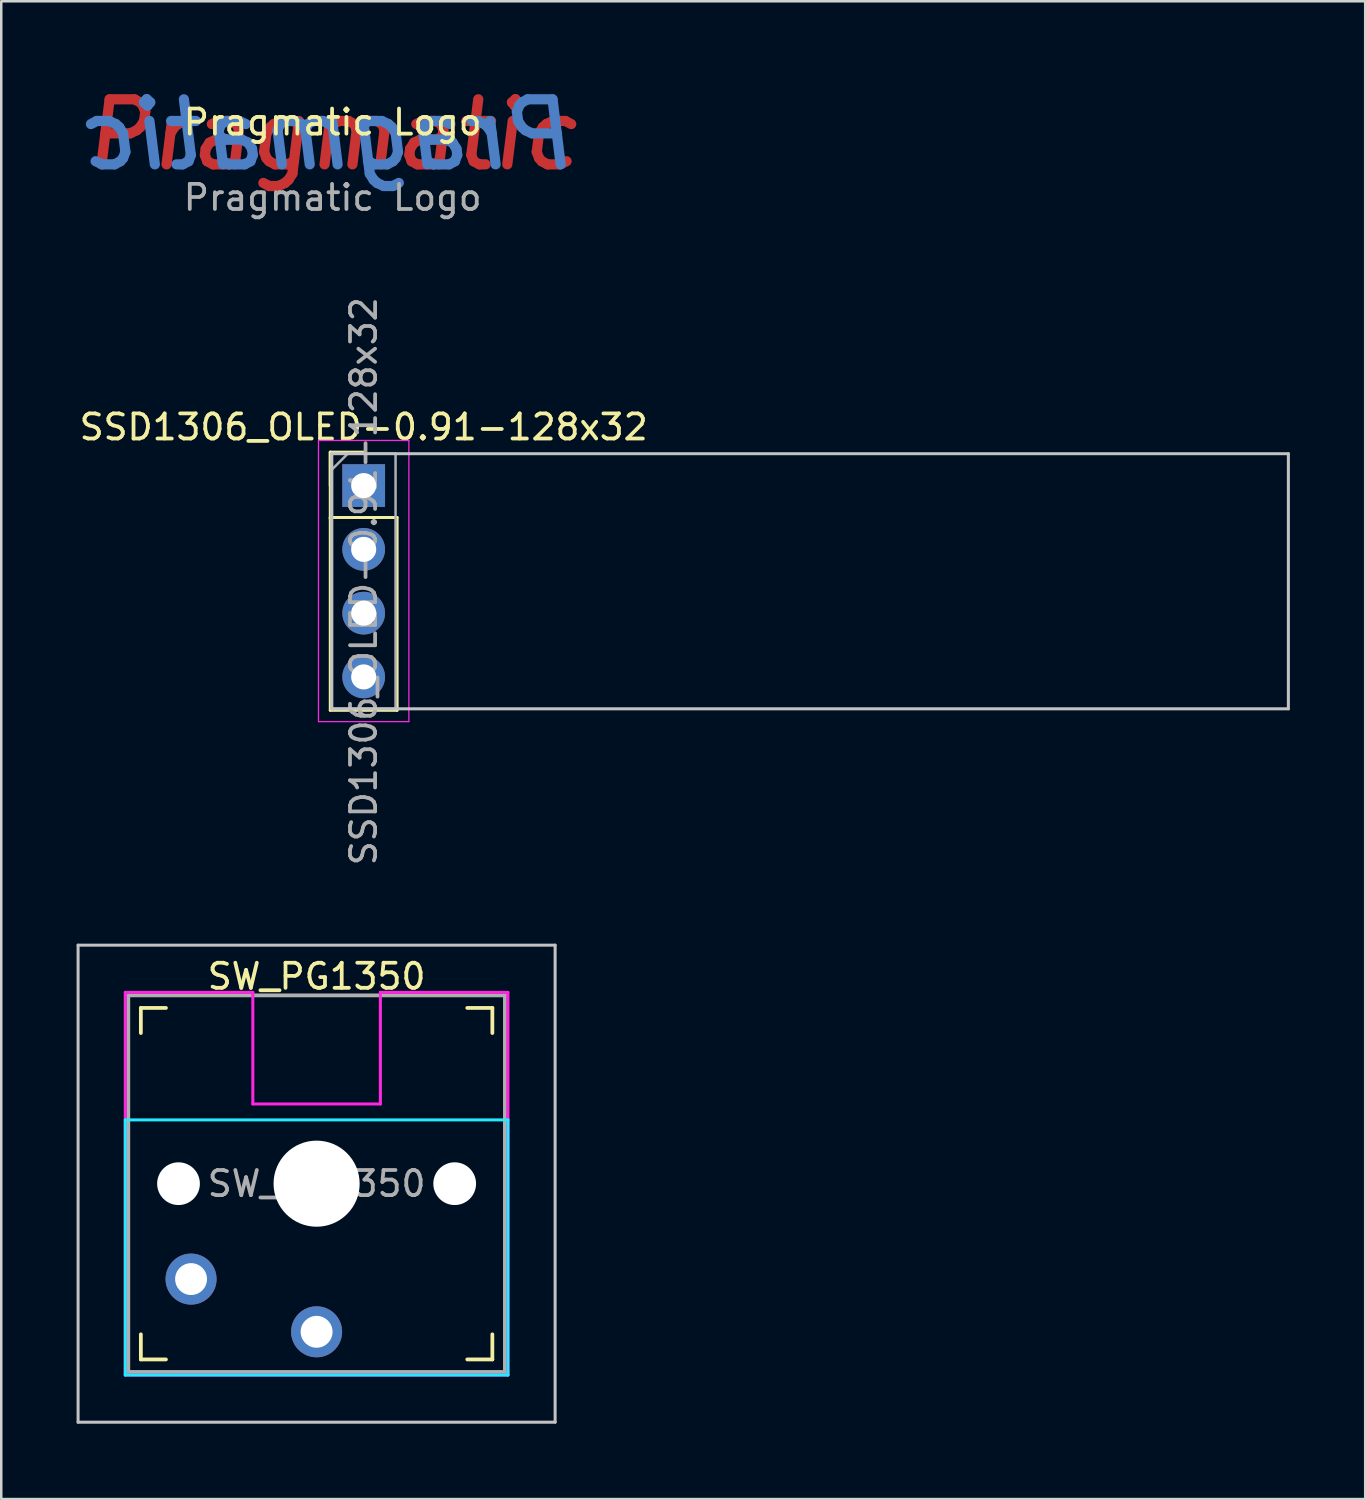
<source format=kicad_pcb>
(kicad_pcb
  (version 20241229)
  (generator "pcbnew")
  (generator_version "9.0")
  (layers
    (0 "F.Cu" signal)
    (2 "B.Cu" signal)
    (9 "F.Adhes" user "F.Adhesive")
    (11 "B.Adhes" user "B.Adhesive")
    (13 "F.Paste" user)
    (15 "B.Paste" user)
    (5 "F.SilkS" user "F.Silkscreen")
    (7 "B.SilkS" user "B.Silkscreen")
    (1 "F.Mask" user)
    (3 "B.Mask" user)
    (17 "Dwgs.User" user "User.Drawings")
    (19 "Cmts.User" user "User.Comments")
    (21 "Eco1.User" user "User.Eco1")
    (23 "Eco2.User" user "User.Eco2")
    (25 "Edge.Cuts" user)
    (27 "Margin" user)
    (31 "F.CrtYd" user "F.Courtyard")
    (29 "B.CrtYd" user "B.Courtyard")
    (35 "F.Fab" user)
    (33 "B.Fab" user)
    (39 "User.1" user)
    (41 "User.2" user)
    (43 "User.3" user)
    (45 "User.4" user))
  (footprint "SSD1306_OLED-0.91-128x32"
    (layer "F.Cu")
    (at 11.435 16.291)
    (property "Reference" "SSD1306_OLED-0.91-128x32" (at 0 -2.33 0) (layer "F.SilkS") (effects (font (size 1 1) (thickness 0.15))))
    (attr through_hole)
    (fp_line (start -1.33 -1.33) (end -1.33 1.33) (stroke (width 0.12) (type solid)) (layer "F.SilkS"))
    (fp_line (start -1.33 -1.33) (end 0 -1.33) (stroke (width 0.12) (type solid)) (layer "F.SilkS"))
    (fp_line (start -1.33 0) (end -1.33 -1.33) (stroke (width 0.12) (type solid)) (layer "F.SilkS"))
    (fp_line (start -1.33 1.27) (end -1.33 8.95) (stroke (width 0.12) (type solid)) (layer "F.SilkS"))
    (fp_line (start -1.33 1.27) (end 1.33 1.27) (stroke (width 0.12) (type solid)) (layer "F.SilkS"))
    (fp_line (start -1.33 8.95) (end 1.33 8.95) (stroke (width 0.12) (type solid)) (layer "F.SilkS"))
    (fp_line (start 1.33 1.27) (end 1.33 8.95) (stroke (width 0.12) (type solid)) (layer "F.SilkS"))
    (fp_line (start -1.27 8.89) (end -1.27 -1.27) (stroke (width 0.12) (type solid)) (layer "Dwgs.User"))
    (fp_line (start 36.83 -1.27) (end -1.27 -1.27) (stroke (width 0.12) (type solid)) (layer "Dwgs.User"))
    (fp_line (start 36.83 -1.27) (end 36.83 8.89) (stroke (width 0.12) (type solid)) (layer "Dwgs.User"))
    (fp_line (start 36.83 8.89) (end -1.27 8.89) (stroke (width 0.12) (type solid)) (layer "Dwgs.User"))
    (fp_line (start -1.8 -1.8) (end -1.8 9.4) (stroke (width 0.05) (type solid)) (layer "F.CrtYd"))
    (fp_line (start -1.8 9.4) (end 1.8 9.4) (stroke (width 0.05) (type solid)) (layer "F.CrtYd"))
    (fp_line (start 1.8 -1.8) (end -1.8 -1.8) (stroke (width 0.05) (type solid)) (layer "F.CrtYd"))
    (fp_line (start 1.8 9.4) (end 1.8 -1.8) (stroke (width 0.05) (type solid)) (layer "F.CrtYd"))
    (fp_line (start -1.27 -0.635) (end -0.635 -1.27) (stroke (width 0.1) (type solid)) (layer "F.Fab"))
    (fp_line (start -1.27 1.27) (end -1.27 -1.27) (stroke (width 0.1) (type solid)) (layer "F.Fab"))
    (fp_line (start -1.27 8.89) (end -1.27 -0.635) (stroke (width 0.1) (type solid)) (layer "F.Fab"))
    (fp_line (start -0.635 -1.27) (end 1.27 -1.27) (stroke (width 0.1) (type solid)) (layer "F.Fab"))
    (fp_line (start 1.27 -1.27) (end 1.27 8.89) (stroke (width 0.1) (type solid)) (layer "F.Fab"))
    (fp_line (start 1.27 8.89) (end -1.27 8.89) (stroke (width 0.1) (type solid)) (layer "F.Fab"))
    (fp_text user "${REFERENCE}" (at 0 3.81 90) (layer "F.Fab") (effects (font (size 1 1) (thickness 0.15))))
    (pad "1" thru_hole rect (at 0 0) (size 1.7 1.7) (drill 1) (layers "*.Cu" "*.Mask"))
    (pad "2" thru_hole oval (at 0 2.54) (size 1.7 1.7) (drill 1) (layers "*.Cu" "*.Mask"))
    (pad "3" thru_hole oval (at 0 5.08) (size 1.7 1.7) (drill 1) (layers "*.Cu" "*.Mask"))
    (pad "4" thru_hole oval (at 0 7.62) (size 1.7 1.7) (drill 1) (layers "*.Cu" "*.Mask")))
  (footprint "SW_PG1350"
    (layer "F.Cu")
    (at 9.56 44.095)
    (property "Reference" "SW_PG1350" (at 0 -8.255 0) (layer "F.SilkS") (effects (font (size 1 1) (thickness 0.15))))
    (attr through_hole)
    (fp_line (start -7 -6) (end -7 -7) (stroke (width 0.15) (type solid)) (layer "F.SilkS"))
    (fp_line (start -7 7) (end -7 6) (stroke (width 0.15) (type solid)) (layer "F.SilkS"))
    (fp_line (start -7 7) (end -6 7) (stroke (width 0.15) (type solid)) (layer "F.SilkS"))
    (fp_line (start -6 -7) (end -7 -7) (stroke (width 0.15) (type solid)) (layer "F.SilkS"))
    (fp_line (start 6 7) (end 7 7) (stroke (width 0.15) (type solid)) (layer "F.SilkS"))
    (fp_line (start 7 -7) (end 6 -7) (stroke (width 0.15) (type solid)) (layer "F.SilkS"))
    (fp_line (start 7 -7) (end 7 -6) (stroke (width 0.15) (type solid)) (layer "F.SilkS"))
    (fp_line (start 7 6) (end 7 7) (stroke (width 0.15) (type solid)) (layer "F.SilkS"))
    (fp_line (start -9.5 -9.5) (end 9.5 -9.5) (stroke (width 0.12) (type solid)) (layer "Dwgs.User"))
    (fp_line (start -9.5 9.5) (end -9.5 -9.5) (stroke (width 0.12) (type solid)) (layer "Dwgs.User"))
    (fp_line (start 9.5 -9.5) (end 9.5 9.5) (stroke (width 0.12) (type solid)) (layer "Dwgs.User"))
    (fp_line (start 9.5 9.5) (end -9.5 9.5) (stroke (width 0.12) (type solid)) (layer "Dwgs.User"))
    (fp_line (start -6.9 6.9) (end -6.9 -6.9) (stroke (width 0.15) (type solid)) (layer "Eco2.User"))
    (fp_line (start -6.9 6.9) (end 6.9 6.9) (stroke (width 0.15) (type solid)) (layer "Eco2.User"))
    (fp_line (start -2.6 -3.1) (end -2.6 -6.3) (stroke (width 0.15) (type solid)) (layer "Eco2.User"))
    (fp_line (start -2.6 -3.1) (end 2.6 -3.1) (stroke (width 0.15) (type solid)) (layer "Eco2.User"))
    (fp_line (start 2.6 -6.3) (end -2.6 -6.3) (stroke (width 0.15) (type solid)) (layer "Eco2.User"))
    (fp_line (start 2.6 -3.1) (end 2.6 -6.3) (stroke (width 0.15) (type solid)) (layer "Eco2.User"))
    (fp_line (start 6.9 -6.9) (end -6.9 -6.9) (stroke (width 0.15) (type solid)) (layer "Eco2.User"))
    (fp_line (start 6.9 -6.9) (end 6.9 6.9) (stroke (width 0.15) (type solid)) (layer "Eco2.User"))
    (fp_line (start -7.62 -2.54) (end 7.62 -2.54) (stroke (width 0.12) (type solid)) (layer "B.CrtYd"))
    (fp_line (start -7.62 7.62) (end -7.62 -2.54) (stroke (width 0.12) (type solid)) (layer "B.CrtYd"))
    (fp_line (start 7.62 -2.54) (end 7.62 7.62) (stroke (width 0.12) (type solid)) (layer "B.CrtYd"))
    (fp_line (start 7.62 7.62) (end -7.62 7.62) (stroke (width 0.12) (type solid)) (layer "B.CrtYd"))
    (fp_line (start -7.62 7.62) (end -7.62 -7.62) (stroke (width 0.12) (type solid)) (layer "F.CrtYd"))
    (fp_line (start -2.54 -7.62) (end -7.62 -7.62) (stroke (width 0.12) (type solid)) (layer "F.CrtYd"))
    (fp_line (start -2.54 -3.175) (end -2.54 -7.62) (stroke (width 0.12) (type solid)) (layer "F.CrtYd"))
    (fp_line (start 2.54 -7.62) (end 2.54 -3.175) (stroke (width 0.12) (type solid)) (layer "F.CrtYd"))
    (fp_line (start 2.54 -3.175) (end -2.54 -3.175) (stroke (width 0.12) (type solid)) (layer "F.CrtYd"))
    (fp_line (start 7.62 -7.62) (end 2.54 -7.62) (stroke (width 0.12) (type solid)) (layer "F.CrtYd"))
    (fp_line (start 7.62 -7.62) (end 7.62 7.62) (stroke (width 0.12) (type solid)) (layer "F.CrtYd"))
    (fp_line (start 7.62 7.62) (end -7.62 7.62) (stroke (width 0.12) (type solid)) (layer "F.CrtYd"))
    (fp_line (start -7.5 -7.5) (end 7.5 -7.5) (stroke (width 0.15) (type solid)) (layer "F.Fab"))
    (fp_line (start -7.5 7.5) (end -7.5 -7.5) (stroke (width 0.15) (type solid)) (layer "F.Fab"))
    (fp_line (start 7.5 -7.5) (end 7.5 7.5) (stroke (width 0.15) (type solid)) (layer "F.Fab"))
    (fp_line (start 7.5 7.5) (end -7.5 7.5) (stroke (width 0.15) (type solid)) (layer "F.Fab"))
    (fp_text user "${REFERENCE}" (at 0 0 0) (layer "F.Fab") (effects (font (size 1 1) (thickness 0.15))))
    (pad "" np_thru_hole circle (at -5.5 0) (size 1.702 1.702) (drill 1.702) (layers "*.Cu" "*.Mask"))
    (pad "" np_thru_hole circle (at 0 0) (size 3.429 3.429) (drill 3.429) (layers "*.Cu" "*.Mask"))
    (pad "" np_thru_hole circle (at 5.5 0) (size 1.702 1.702) (drill 1.702) (layers "*.Cu" "*.Mask"))
    (pad "1" thru_hole circle (at 0 5.9) (size 2.032 2.032) (drill 1.27) (layers "*.Cu" "*.Mask"))
    (pad "2" thru_hole circle (at -5 3.8) (size 2.032 2.032) (drill 1.27) (layers "*.Cu" "*.Mask")))
  (footprint "Pragmatic Logo"
    (layer "F.Cu")
    (at 10.2 2.318)
    (property "Reference" "Pragmatic Logo" (at 0 -0.5 0) (unlocked yes) (layer "F.SilkS") (effects (font (size 1 1) (thickness 0.15))))
    (fp_text user "Pragmatic" (at 0 0 0) (layer "F.Cu") (effects (font (size 2.591 2.591) (thickness 0.406) (italic yes))))
    (fp_text user "Pragmatic" (at 0 0 0) (layer "F.Mask") (effects (font (size 2.591 2.591) (thickness 0.457) (italic yes))))
    (fp_text user "Pragmatic" (at -0.127 0 0) (layer "B.Cu") (effects (font (size 2.591 2.591) (thickness 0.406) (italic yes)) (justify mirror)))
    (fp_text user "Pragmatic" (at -0.127 0 0) (layer "B.Mask") (effects (font (size 2.591 2.591) (thickness 0.457) (italic yes)) (justify mirror)))
    (fp_text user "${REFERENCE}" (at 0 2.5 0) (unlocked yes) (layer "F.Fab") (effects (font (size 1 1) (thickness 0.15)))))
  (gr_rect
    (start -3 -3)
    (end 51.325 56.655)
    (stroke (width 0.1) (type default))
    (fill no)
    (layer "Edge.Cuts")))
</source>
